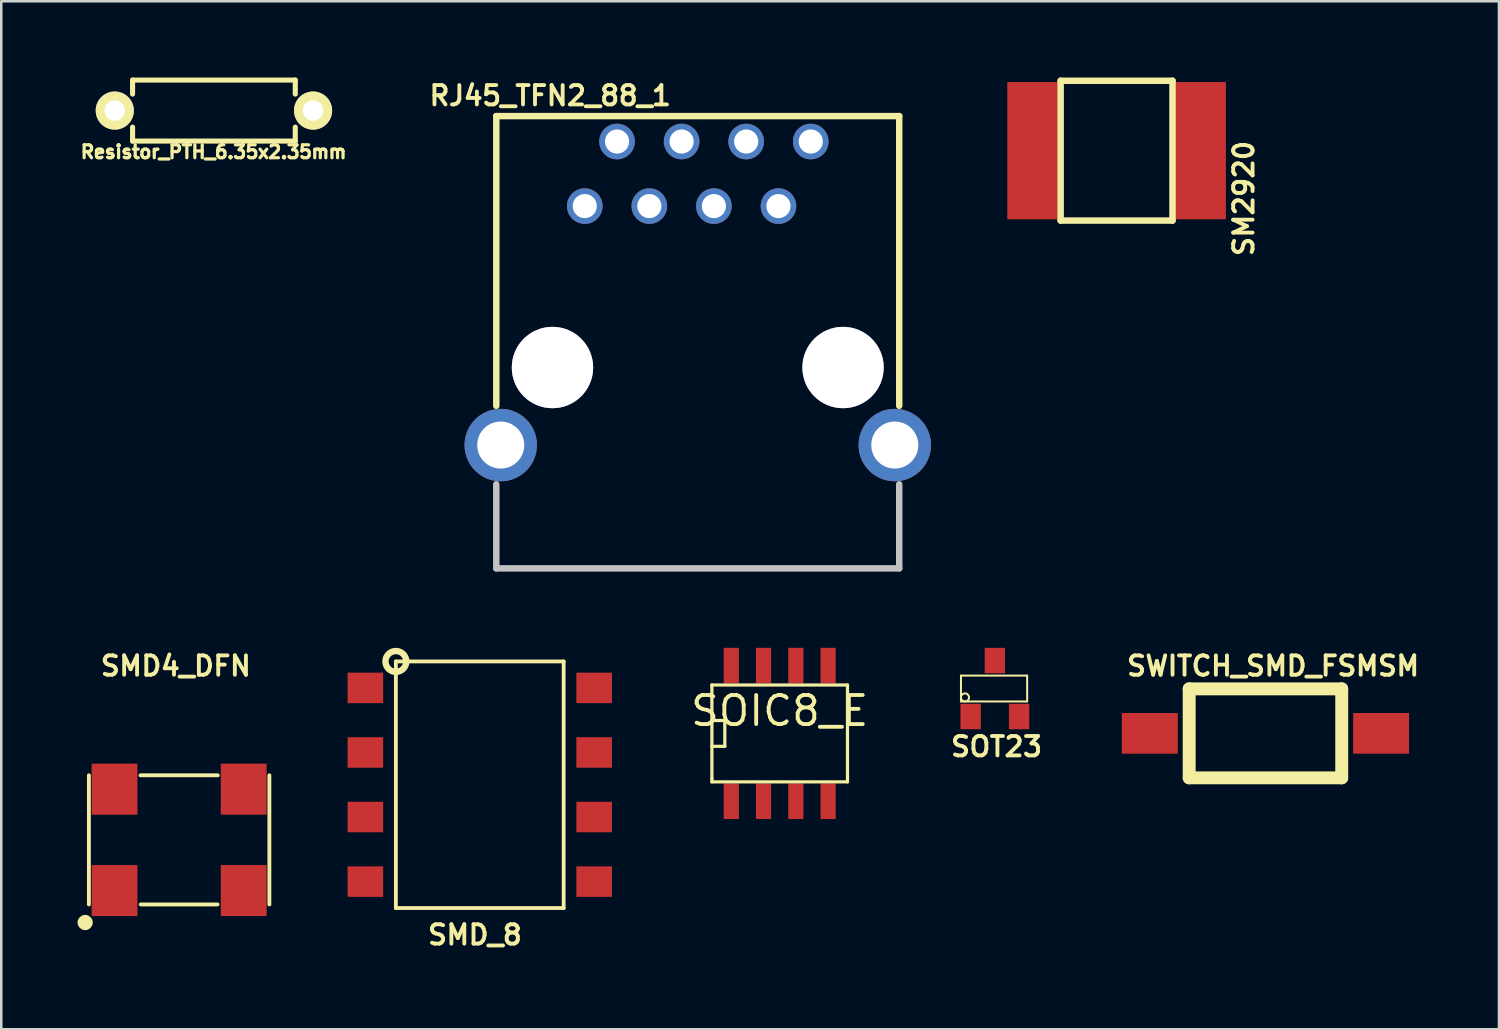
<source format=kicad_pcb>
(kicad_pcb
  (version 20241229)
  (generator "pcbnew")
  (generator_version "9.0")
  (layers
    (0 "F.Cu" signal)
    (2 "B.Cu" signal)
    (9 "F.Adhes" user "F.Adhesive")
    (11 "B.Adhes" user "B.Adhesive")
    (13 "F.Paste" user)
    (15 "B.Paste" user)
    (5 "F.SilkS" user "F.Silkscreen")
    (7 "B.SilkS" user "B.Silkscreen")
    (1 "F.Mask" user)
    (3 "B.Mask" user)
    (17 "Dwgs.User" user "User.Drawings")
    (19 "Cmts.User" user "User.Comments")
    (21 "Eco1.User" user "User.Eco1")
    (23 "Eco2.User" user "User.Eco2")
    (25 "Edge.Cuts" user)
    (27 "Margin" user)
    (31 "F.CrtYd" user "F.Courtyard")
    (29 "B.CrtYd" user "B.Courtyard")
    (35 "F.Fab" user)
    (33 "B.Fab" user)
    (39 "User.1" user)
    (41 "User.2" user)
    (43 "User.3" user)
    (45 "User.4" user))
  (footprint "SOT23"
    (layer "F.Cu")
    (at 36.084 24.034)
    (property "Reference" "SOT23" (at 0.064 2.286 0) (layer "F.SilkS") (effects (font (size 0.762 0.762) (thickness 0.152))))
    (attr through_hole)
    (fp_line (start -1.333 -0.508) (end -1.333 0.508) (stroke (width 0.079) (type solid)) (layer "F.SilkS"))
    (fp_line (start -1.333 -0.508) (end 1.27 -0.508) (stroke (width 0.079) (type solid)) (layer "F.SilkS"))
    (fp_line (start 1.27 -0.508) (end 1.27 0.508) (stroke (width 0.079) (type solid)) (layer "F.SilkS"))
    (fp_line (start 1.27 0.508) (end -1.333 0.508) (stroke (width 0.079) (type solid)) (layer "F.SilkS"))
    (fp_circle (center -1.176 0.351) (end -1.3 0.45) (stroke (width 0.079) (type solid)) (fill no) (layer "F.SilkS"))
    (pad "1" smd rect (at -0.953 1.1) (size 0.8 1.001) (layers "F.Cu" "F.Mask" "F.Paste"))
    (pad "2" smd rect (at 0.953 1.1) (size 0.8 1.001) (layers "F.Cu" "F.Mask" "F.Paste"))
    (pad "3" smd rect (at 0 -1.1) (size 0.8 1.001) (layers "F.Cu" "F.Mask" "F.Paste")))
  (footprint "SWITCH_SMD_FSMSM"
    (layer "F.Cu")
    (at 46.728 25.797)
    (property "Reference" "SWITCH_SMD_FSMSM" (at 0.3 -2.65 0) (layer "F.SilkS") (effects (font (size 0.762 0.762) (thickness 0.152))))
    (attr through_hole)
    (fp_line (start -3 -1.75) (end 3 -1.75) (stroke (width 0.508) (type solid)) (layer "F.SilkS"))
    (fp_line (start -3 1.75) (end -3 -1.75) (stroke (width 0.508) (type solid)) (layer "F.SilkS"))
    (fp_line (start 3 -1.75) (end 3 1.75) (stroke (width 0.508) (type solid)) (layer "F.SilkS"))
    (fp_line (start 3 1.75) (end -3 1.75) (stroke (width 0.508) (type solid)) (layer "F.SilkS"))
    (pad "1" smd rect (at -4.55 0) (size 2.2 1.6) (layers "F.Cu" "F.Mask" "F.Paste"))
    (pad "2" smd rect (at 4.55 0) (size 2.2 1.6) (layers "F.Cu" "F.Mask" "F.Paste")))
  (footprint "SM2920"
    (layer "F.Cu")
    (at 40.872 2.877)
    (property "Reference" "SM2920" (at 5.004 1.88 90) (layer "F.SilkS") (effects (font (size 0.762 0.762) (thickness 0.152))))
    (attr smd)
    (fp_line (start -2.2 -2.75) (end 2.2 -2.75) (stroke (width 0.254) (type solid)) (layer "F.SilkS"))
    (fp_line (start -2.2 2.75) (end -2.2 -2.75) (stroke (width 0.254) (type solid)) (layer "F.SilkS"))
    (fp_line (start 2.2 -2.75) (end 2.2 2.75) (stroke (width 0.254) (type solid)) (layer "F.SilkS"))
    (fp_line (start 2.2 2.75) (end -2.2 2.75) (stroke (width 0.254) (type solid)) (layer "F.SilkS"))
    (pad "1" smd rect (at -3.3 0) (size 2 5.4) (layers "F.Cu" "F.Mask" "F.Paste"))
    (pad "2" smd rect (at 3.3 0) (size 2 5.4) (layers "F.Cu" "F.Mask" "F.Paste")))
  (footprint "Resistor_PTH_6.35x2.35mm"
    (layer "F.Cu")
    (at 5.365 1.3)
    (property "Reference" "Resistor_PTH_6.35x2.35mm" (at -0.013 1.626 0) (layer "F.SilkS") (effects (font (size 0.508 0.508) (thickness 0.127))))
    (attr through_hole)
    (fp_line (start -3.2 -1.2) (end 3.2 -1.2) (stroke (width 0.2) (type solid)) (layer "F.SilkS"))
    (fp_line (start -3.2 -0.65) (end -3.2 -1.2) (stroke (width 0.2) (type solid)) (layer "F.SilkS"))
    (fp_line (start -3.2 1.2) (end -3.2 0.65) (stroke (width 0.2) (type solid)) (layer "F.SilkS"))
    (fp_line (start 3.2 -1.2) (end 3.2 -0.65) (stroke (width 0.2) (type solid)) (layer "F.SilkS"))
    (fp_line (start 3.2 0.65) (end 3.2 1.2) (stroke (width 0.2) (type solid)) (layer "F.SilkS"))
    (fp_line (start 3.2 1.2) (end -3.2 1.2) (stroke (width 0.2) (type solid)) (layer "F.SilkS"))
    (pad "1" thru_hole circle (at -3.9 0) (size 1.5 1.5) (drill 0.8) (layers "*.Cu" "*.Mask" "F.SilkS"))
    (pad "2" thru_hole circle (at 3.9 0) (size 1.5 1.5) (drill 0.8) (layers "*.Cu" "*.Mask" "F.SilkS")))
  (footprint "RJ45_TFN2_88_1"
    (layer "F.Cu")
    (at 24.397 10.416)
    (property "Reference" "RJ45_TFN2_88_1" (at -5.804 -9.703 0) (layer "F.SilkS") (effects (font (size 0.762 0.762) (thickness 0.152))))
    (attr smd)
    (fp_line (start -7.925 -8.9) (end -7.925 2.497) (stroke (width 0.254) (type solid)) (layer "F.SilkS"))
    (fp_line (start 7.925 -8.9) (end 7.925 2.497) (stroke (width 0.254) (type solid)) (layer "F.SilkS"))
    (fp_line (start 7.925 -8.899) (end -7.925 -8.899) (stroke (width 0.254) (type solid)) (layer "F.SilkS"))
    (fp_line (start -7.925 8.89) (end -7.925 5.583) (stroke (width 0.254) (type solid)) (layer "Dwgs.User"))
    (fp_line (start 7.925 8.89) (end 7.925 5.583) (stroke (width 0.254) (type solid)) (layer "Dwgs.User"))
    (fp_line (start 7.925 8.891) (end -7.925 8.891) (stroke (width 0.254) (type solid)) (layer "Dwgs.User"))
    (pad "1" thru_hole circle (at -4.445 -5.359 180) (size 1.4 1.4) (drill 0.95) (layers "*.Cu" "*.Mask"))
    (pad "2" thru_hole circle (at -3.175 -7.899 180) (size 1.4 1.4) (drill 0.95) (layers "*.Cu" "*.Mask"))
    (pad "3" thru_hole circle (at -1.905 -5.359 180) (size 1.4 1.4) (drill 0.95) (layers "*.Cu" "*.Mask"))
    (pad "4" thru_hole circle (at -0.635 -7.899 180) (size 1.4 1.4) (drill 0.95) (layers "*.Cu" "*.Mask"))
    (pad "5" thru_hole circle (at 0.635 -5.359 180) (size 1.4 1.4) (drill 0.95) (layers "*.Cu" "*.Mask"))
    (pad "6" thru_hole circle (at 1.905 -7.899 180) (size 1.4 1.4) (drill 0.95) (layers "*.Cu" "*.Mask"))
    (pad "7" thru_hole circle (at 3.175 -5.359 180) (size 1.4 1.4) (drill 0.95) (layers "*.Cu" "*.Mask"))
    (pad "8" thru_hole circle (at 4.445 -7.899 180) (size 1.4 1.4) (drill 0.95) (layers "*.Cu" "*.Mask"))
    (pad "9" thru_hole circle (at -7.75 4.041 180) (size 2.85 2.85) (drill 1.85) (layers "*.Cu" "*.Mask"))
    (pad "10" thru_hole circle (at 7.75 4.041 180) (size 2.85 2.85) (drill 1.85) (layers "*.Cu" "*.Mask"))
    (pad "11" thru_hole circle (at -5.715 0.991 180) (size 3.2 3.2) (drill 3.2) (layers "*.Cu" "*.Mask"))
    (pad "12" thru_hole circle (at 5.715 0.991 180) (size 3.2 3.2) (drill 3.2) (layers "*.Cu" "*.Mask")))
  (footprint "SMD_8"
    (layer "F.Cu")
    (at 15.822 27.819)
    (property "Reference" "SMD_8" (at -0.191 5.905 0) (layer "F.SilkS") (effects (font (size 0.762 0.762) (thickness 0.152))))
    (attr through_hole)
    (fp_line (start -3.3 -4.85) (end -3.3 4.85) (stroke (width 0.15) (type solid)) (layer "F.SilkS"))
    (fp_line (start -3.3 4.85) (end 3.3 4.85) (stroke (width 0.15) (type solid)) (layer "F.SilkS"))
    (fp_line (start 3.3 -4.85) (end -3.3 -4.85) (stroke (width 0.15) (type solid)) (layer "F.SilkS"))
    (fp_line (start 3.3 4.85) (end 3.3 -4.85) (stroke (width 0.15) (type solid)) (layer "F.SilkS"))
    (fp_circle (center -3.3 -4.85) (end -2.89 -4.84) (stroke (width 0.25) (type solid)) (fill no) (layer "F.SilkS"))
    (pad "1" smd rect (at -4.5 -3.81) (size 1.4 1.2) (layers "F.Cu" "F.Mask" "F.Paste"))
    (pad "2" smd rect (at -4.5 -1.27) (size 1.4 1.2) (layers "F.Cu" "F.Mask" "F.Paste"))
    (pad "3" smd rect (at -4.5 1.27) (size 1.4 1.2) (layers "F.Cu" "F.Mask" "F.Paste"))
    (pad "4" smd rect (at -4.5 3.81) (size 1.4 1.2) (layers "F.Cu" "F.Mask" "F.Paste"))
    (pad "5" smd rect (at 4.5 3.81) (size 1.4 1.2) (layers "F.Cu" "F.Mask" "F.Paste"))
    (pad "6" smd rect (at 4.5 1.27) (size 1.4 1.2) (layers "F.Cu" "F.Mask" "F.Paste"))
    (pad "7" smd rect (at 4.5 -1.27) (size 1.4 1.2) (layers "F.Cu" "F.Mask" "F.Paste"))
    (pad "8" smd rect (at 4.5 -3.81) (size 1.4 1.2) (layers "F.Cu" "F.Mask" "F.Paste")))
  (footprint "SOIC8_E"
    (layer "F.Cu")
    (at 27.62 25.8)
    (property "Reference" "SOIC8_E" (at 0 -0.889 0) (layer "F.SilkS") (effects (font (size 1.143 1.143) (thickness 0.152))))
    (attr smd)
    (fp_line (start -2.667 -1.905) (end -2.667 1.778) (stroke (width 0.127) (type solid)) (layer "F.SilkS"))
    (fp_line (start -2.667 -0.508) (end -2.159 -0.508) (stroke (width 0.127) (type solid)) (layer "F.SilkS"))
    (fp_line (start -2.667 1.778) (end -2.667 1.905) (stroke (width 0.127) (type solid)) (layer "F.SilkS"))
    (fp_line (start -2.667 1.905) (end 2.667 1.905) (stroke (width 0.127) (type solid)) (layer "F.SilkS"))
    (fp_line (start -2.159 -0.508) (end -2.159 0.508) (stroke (width 0.127) (type solid)) (layer "F.SilkS"))
    (fp_line (start -2.159 0.508) (end -2.667 0.508) (stroke (width 0.127) (type solid)) (layer "F.SilkS"))
    (fp_line (start 2.667 -1.905) (end -2.667 -1.905) (stroke (width 0.127) (type solid)) (layer "F.SilkS"))
    (fp_line (start 2.667 -1.905) (end 2.667 1.905) (stroke (width 0.127) (type solid)) (layer "F.SilkS"))
    (pad "1" smd rect (at -1.905 2.667) (size 0.599 1.4) (layers "F.Cu" "F.Mask" "F.Paste"))
    (pad "2" smd rect (at -0.635 2.667) (size 0.599 1.4) (layers "F.Cu" "F.Mask" "F.Paste"))
    (pad "3" smd rect (at 0.635 2.667) (size 0.599 1.4) (layers "F.Cu" "F.Mask" "F.Paste"))
    (pad "4" smd rect (at 1.905 2.667) (size 0.599 1.4) (layers "F.Cu" "F.Mask" "F.Paste"))
    (pad "5" smd rect (at 1.905 -2.667) (size 0.599 1.4) (layers "F.Cu" "F.Mask" "F.Paste"))
    (pad "6" smd rect (at 0.635 -2.667) (size 0.599 1.4) (layers "F.Cu" "F.Mask" "F.Paste"))
    (pad "7" smd rect (at -0.635 -2.667) (size 0.599 1.4) (layers "F.Cu" "F.Mask" "F.Paste"))
    (pad "8" smd rect (at -1.905 -2.667) (size 0.599 1.4) (layers "F.Cu" "F.Mask" "F.Paste")))
  (footprint "SMD4_DFN"
    (layer "F.Cu")
    (at 3.996 29.987)
    (property "Reference" "SMD4_DFN" (at -0.13 -6.84 0) (layer "F.SilkS") (effects (font (size 0.762 0.762) (thickness 0.152))))
    (attr smd)
    (fp_line (start -3.55 -2.54) (end -3.55 2.54) (stroke (width 0.152) (type solid)) (layer "F.SilkS"))
    (fp_line (start -1.52 -2.54) (end 1.52 -2.54) (stroke (width 0.152) (type solid)) (layer "F.SilkS"))
    (fp_line (start 1.51 2.54) (end -1.51 2.54) (stroke (width 0.152) (type solid)) (layer "F.SilkS"))
    (fp_line (start 3.55 -2.54) (end 3.55 2.54) (stroke (width 0.152) (type solid)) (layer "F.SilkS"))
    (fp_circle (center -3.696 3.251) (end -3.546 3.254) (stroke (width 0.3) (type solid)) (fill no) (layer "F.SilkS"))
    (pad "1" smd rect (at -2.54 1.994) (size 1.803 2.007) (layers "F.Cu" "F.Mask" "F.Paste"))
    (pad "2" smd rect (at 2.54 1.994) (size 1.803 2.007) (layers "F.Cu" "F.Mask" "F.Paste"))
    (pad "3" smd rect (at 2.54 -1.994) (size 1.803 2.007) (layers "F.Cu" "F.Mask" "F.Paste"))
    (pad "4" smd rect (at -2.54 -1.994) (size 1.803 2.007) (layers "F.Cu" "F.Mask" "F.Paste")))
  (gr_rect
    (start -3 -3)
    (end 55.914 37.437)
    (stroke (width 0.1) (type default))
    (fill no)
    (layer "Edge.Cuts")))
</source>
